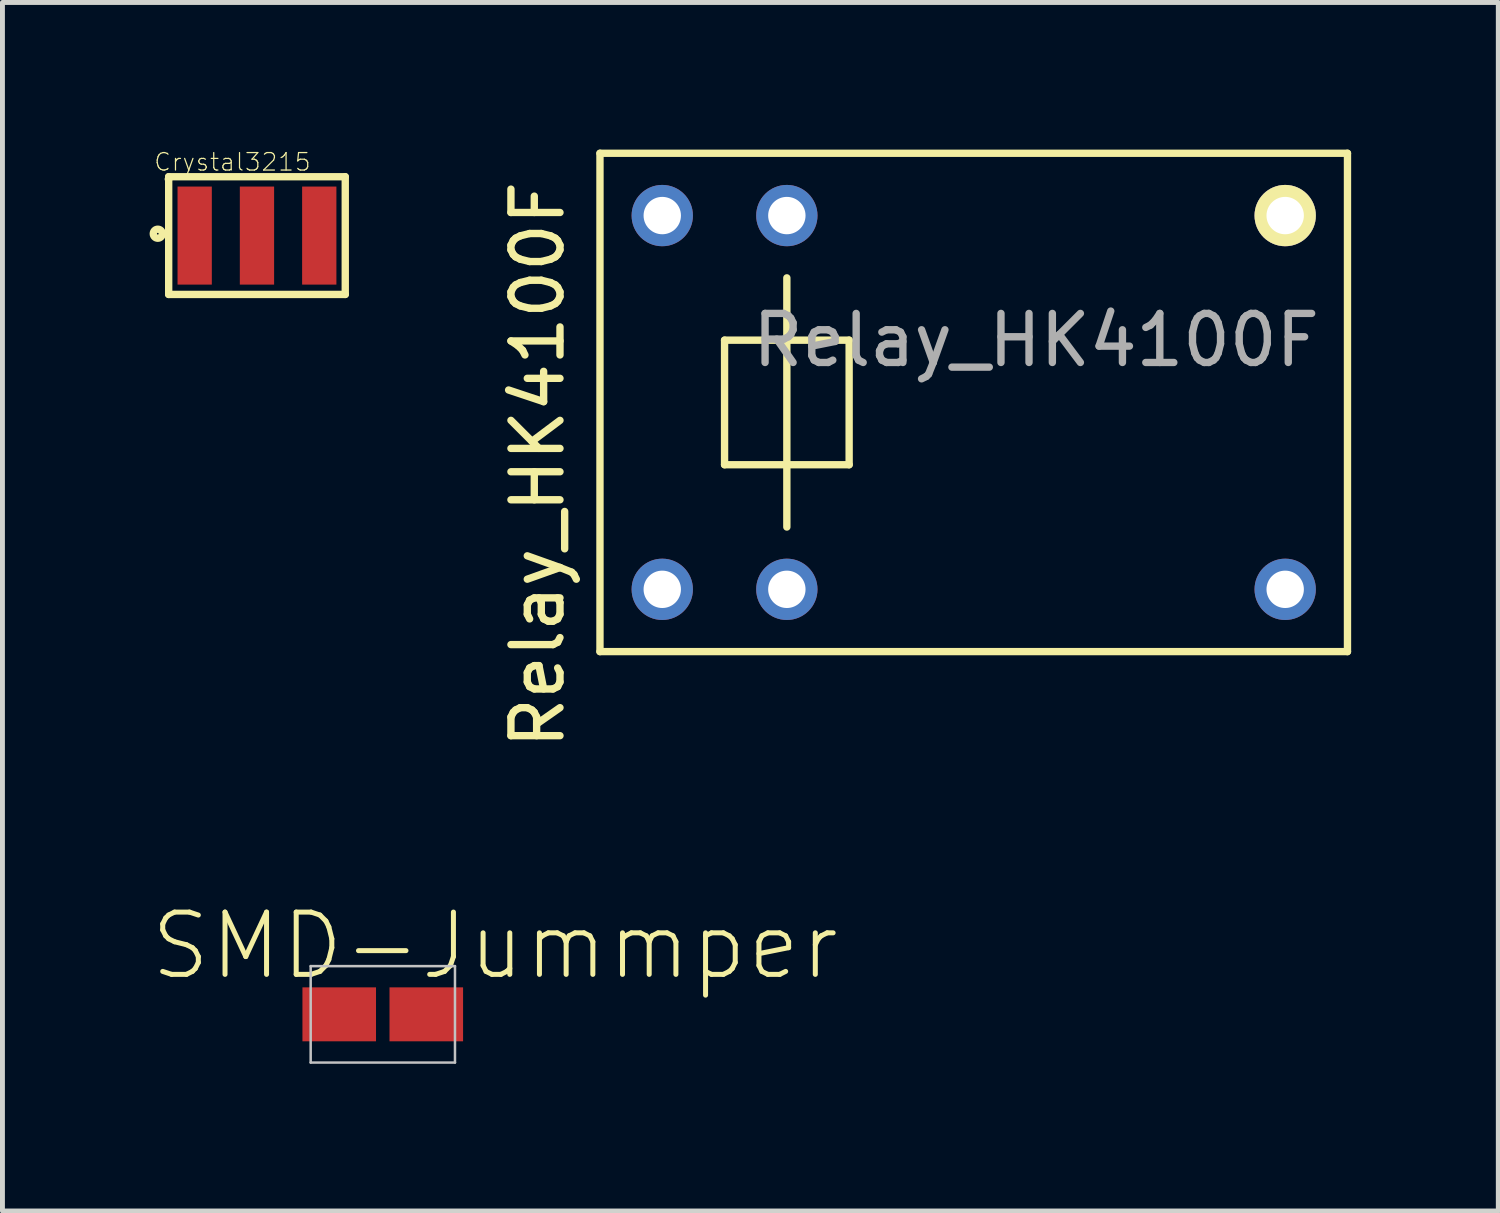
<source format=kicad_pcb>
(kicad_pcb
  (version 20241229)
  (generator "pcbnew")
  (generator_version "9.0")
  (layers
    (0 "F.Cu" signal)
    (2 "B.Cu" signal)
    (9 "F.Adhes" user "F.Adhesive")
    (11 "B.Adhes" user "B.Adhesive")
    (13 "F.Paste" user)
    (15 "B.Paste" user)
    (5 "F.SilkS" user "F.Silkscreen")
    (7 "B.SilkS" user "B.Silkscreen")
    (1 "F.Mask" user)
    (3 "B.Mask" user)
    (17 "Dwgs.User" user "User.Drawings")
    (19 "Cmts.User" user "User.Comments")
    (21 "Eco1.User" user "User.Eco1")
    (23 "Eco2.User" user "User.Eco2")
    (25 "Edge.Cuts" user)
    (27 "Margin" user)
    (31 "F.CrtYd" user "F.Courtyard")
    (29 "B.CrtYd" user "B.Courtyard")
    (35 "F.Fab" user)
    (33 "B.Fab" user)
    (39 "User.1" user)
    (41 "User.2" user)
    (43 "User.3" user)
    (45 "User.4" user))
  (footprint "Crystal3215"
    (layer "F.Cu")
    (at 2.189 1.753)
    (property "Reference" "Crystal3215" (at -0.5 -1.5 0) (layer "F.SilkS") (effects (font (size 0.356 0.356) (thickness 0.025))))
    (attr smd)
    (fp_line (start -1.808 -1.151) (end -1.801 -1.143) (stroke (width 0.15) (type solid)) (layer "F.SilkS"))
    (fp_line (start -1.8 -1.2) (end 1.8 -1.2) (stroke (width 0.15) (type solid)) (layer "F.SilkS"))
    (fp_line (start -1.8 1.2) (end -1.8 -1.2) (stroke (width 0.15) (type solid)) (layer "F.SilkS"))
    (fp_line (start 1.8 -1.2) (end 1.8 1.2) (stroke (width 0.15) (type solid)) (layer "F.SilkS"))
    (fp_line (start 1.8 1.2) (end -1.8 1.2) (stroke (width 0.15) (type solid)) (layer "F.SilkS"))
    (fp_circle (center -2.022 -0.038) (end -1.953 0.023) (stroke (width 0.15) (type solid)) (fill no) (layer "F.SilkS"))
    (pad "1" smd rect (at -1.27 0 90) (size 1.999 0.699) (layers "F.Cu" "F.Mask" "F.Paste"))
    (pad "2" smd rect (at 0 0 90) (size 1.999 0.699) (layers "F.Cu" "F.Mask" "F.Paste"))
    (pad "3" smd rect (at 1.27 0 90) (size 1.999 0.699) (layers "F.Cu" "F.Mask" "F.Paste")))
  (footprint "SMD-Jummper"
    (layer "F.Cu")
    (at 4.755 17.63)
    (property "Reference" "SMD-Jummper" (at 2.286 -1.397 0) (layer "F.SilkS") (effects (font (size 1.27 1.27) (thickness 0.102))))
    (attr smd)
    (fp_line (start -1.471 -0.983) (end 1.471 -0.983) (stroke (width 0.051) (type solid)) (layer "Dwgs.User"))
    (fp_line (start -1.471 0.983) (end -1.471 -0.983) (stroke (width 0.051) (type solid)) (layer "Dwgs.User"))
    (fp_line (start 1.471 -0.983) (end 1.471 0.983) (stroke (width 0.051) (type solid)) (layer "Dwgs.User"))
    (fp_line (start 1.471 0.983) (end -1.471 0.983) (stroke (width 0.051) (type solid)) (layer "Dwgs.User"))
    (pad "1" smd rect (at -0.889 0 90) (size 1.1 1.5) (layers "F.Cu" "F.Mask" "F.Paste"))
    (pad "2" smd rect (at 0.886 0 90) (size 1.1 1.5) (layers "F.Cu" "F.Mask" "F.Paste")))
  (footprint "Relay_HK4100F"
    (layer "F.Cu")
    (at 10.452 8.965)
    (property "Reference" "Relay_HK4100F" (at -2.54 -2.54 90) (layer "F.SilkS") (effects (font (size 1 1) (thickness 0.15))))
    (attr through_hole)
    (fp_line (start -1.27 -8.89) (end 13.97 -8.89) (stroke (width 0.15) (type solid)) (layer "F.SilkS"))
    (fp_line (start -1.27 1.27) (end -1.27 -8.89) (stroke (width 0.15) (type solid)) (layer "F.SilkS"))
    (fp_line (start 1.27 -5.08) (end 3.81 -5.08) (stroke (width 0.15) (type solid)) (layer "F.SilkS"))
    (fp_line (start 1.27 -2.54) (end 1.27 -5.08) (stroke (width 0.15) (type solid)) (layer "F.SilkS"))
    (fp_line (start 2.54 -6.35) (end 2.54 -1.27) (stroke (width 0.15) (type solid)) (layer "F.SilkS"))
    (fp_line (start 3.81 -5.08) (end 3.81 -2.54) (stroke (width 0.15) (type solid)) (layer "F.SilkS"))
    (fp_line (start 3.81 -2.54) (end 1.27 -2.54) (stroke (width 0.15) (type solid)) (layer "F.SilkS"))
    (fp_line (start 13.97 -8.89) (end 13.97 1.27) (stroke (width 0.15) (type solid)) (layer "F.SilkS"))
    (fp_line (start 13.97 1.27) (end -1.27 1.27) (stroke (width 0.15) (type solid)) (layer "F.SilkS"))
    (fp_text user "${REFERENCE}" (at 7.62 -5.08 0) (layer "F.Fab") (effects (font (size 1 1) (thickness 0.15))))
    (pad "10" thru_hole circle (at 12.7 -7.62) (size 1.25 1.25) (drill 0.762) (layers "*.Cu" "*.Mask" "F.SilkS"))
    (pad "11" thru_hole circle (at 12.7 0) (size 1.25 1.25) (drill 0.762) (layers "*.Cu" "*.Mask"))
    (pad "12" thru_hole circle (at 0 -7.62) (size 1.25 1.25) (drill 0.762) (layers "*.Cu" "*.Mask"))
    (pad "14" thru_hole circle (at 0 0) (size 1.25 1.25) (drill 0.762) (layers "*.Cu" "*.Mask"))
    (pad "A1" thru_hole circle (at 2.54 -7.62) (size 1.25 1.25) (drill 0.762) (layers "*.Cu" "*.Mask"))
    (pad "A2" thru_hole circle (at 2.54 0) (size 1.25 1.25) (drill 0.762) (layers "*.Cu" "*.Mask")))
  (gr_rect
    (start -3 -3)
    (end 27.497 21.639)
    (stroke (width 0.1) (type default))
    (fill no)
    (layer "Edge.Cuts")))
</source>
